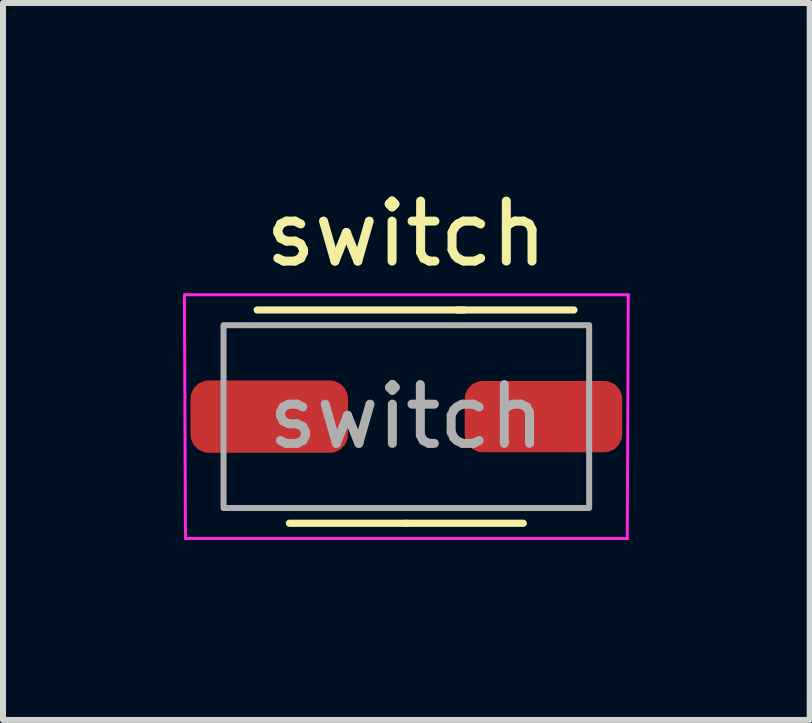
<source format=kicad_pcb>
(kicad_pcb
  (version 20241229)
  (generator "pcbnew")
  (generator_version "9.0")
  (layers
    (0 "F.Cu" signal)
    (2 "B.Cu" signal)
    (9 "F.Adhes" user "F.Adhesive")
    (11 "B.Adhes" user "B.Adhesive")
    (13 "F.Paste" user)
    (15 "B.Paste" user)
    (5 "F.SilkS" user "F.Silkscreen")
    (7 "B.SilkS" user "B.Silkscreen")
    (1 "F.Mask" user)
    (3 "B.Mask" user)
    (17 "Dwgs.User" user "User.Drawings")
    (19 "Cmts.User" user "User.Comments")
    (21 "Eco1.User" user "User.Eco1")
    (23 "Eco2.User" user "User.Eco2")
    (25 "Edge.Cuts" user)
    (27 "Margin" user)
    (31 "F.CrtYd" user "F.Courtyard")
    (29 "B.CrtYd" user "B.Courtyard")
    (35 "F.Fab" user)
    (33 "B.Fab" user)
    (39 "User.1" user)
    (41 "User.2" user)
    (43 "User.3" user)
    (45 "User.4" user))
  (footprint "switch"
    (layer "F.Cu")
    (at 3.725 3.896)
    (property "Reference" "switch" (at 0 -3.048 0) (layer "F.SilkS") (effects (font (size 1 1) (thickness 0.15))))
    (attr smd)
    (fp_line (start 0 1.778) (end -1.95 1.778) (stroke (width 0.12) (type solid)) (layer "F.SilkS"))
    (fp_line (start 0 1.778) (end 1.95 1.778) (stroke (width 0.12) (type solid)) (layer "F.SilkS"))
    (fp_line (start 0.844 -1.778) (end 2.794 -1.778) (stroke (width 0.12) (type solid)) (layer "F.SilkS"))
    (fp_line (start 0.963 -1.778) (end -2.487 -1.778) (stroke (width 0.12) (type solid)) (layer "F.SilkS"))
    (fp_line (start -3.7 -2.032) (end -3.683 2.032) (stroke (width 0.05) (type solid)) (layer "F.CrtYd"))
    (fp_line (start -3.683 2.032) (end 3.683 2.032) (stroke (width 0.05) (type solid)) (layer "F.CrtYd"))
    (fp_line (start 3.683 2.032) (end 3.7 -2.032) (stroke (width 0.05) (type solid)) (layer "F.CrtYd"))
    (fp_line (start 3.7 -2.032) (end -3.7 -2.032) (stroke (width 0.05) (type solid)) (layer "F.CrtYd"))
    (fp_rect (start -3.048 -1.524) (end 3.048 1.524) (stroke (width 0.1) (type default)) (fill no) (layer "F.Fab"))
    (fp_text user "${REFERENCE}" (at 0 0 0) (layer "F.Fab") (effects (font (size 0.98 0.98) (thickness 0.15))))
    (pad "2" smd roundrect (at -2.286 0) (size 2.626 1.205) (layers "F.Cu" "F.Mask" "F.Paste") (roundrect_rratio 0.25))
    (pad "3" smd roundrect (at 2.286 0) (size 2.626 1.189) (layers "F.Cu" "F.Mask" "F.Paste") (roundrect_rratio 0.25)))
  (gr_rect
    (start -3 -3)
    (end 10.45 8.953)
    (stroke (width 0.1) (type default))
    (fill no)
    (layer "Edge.Cuts")))
</source>
